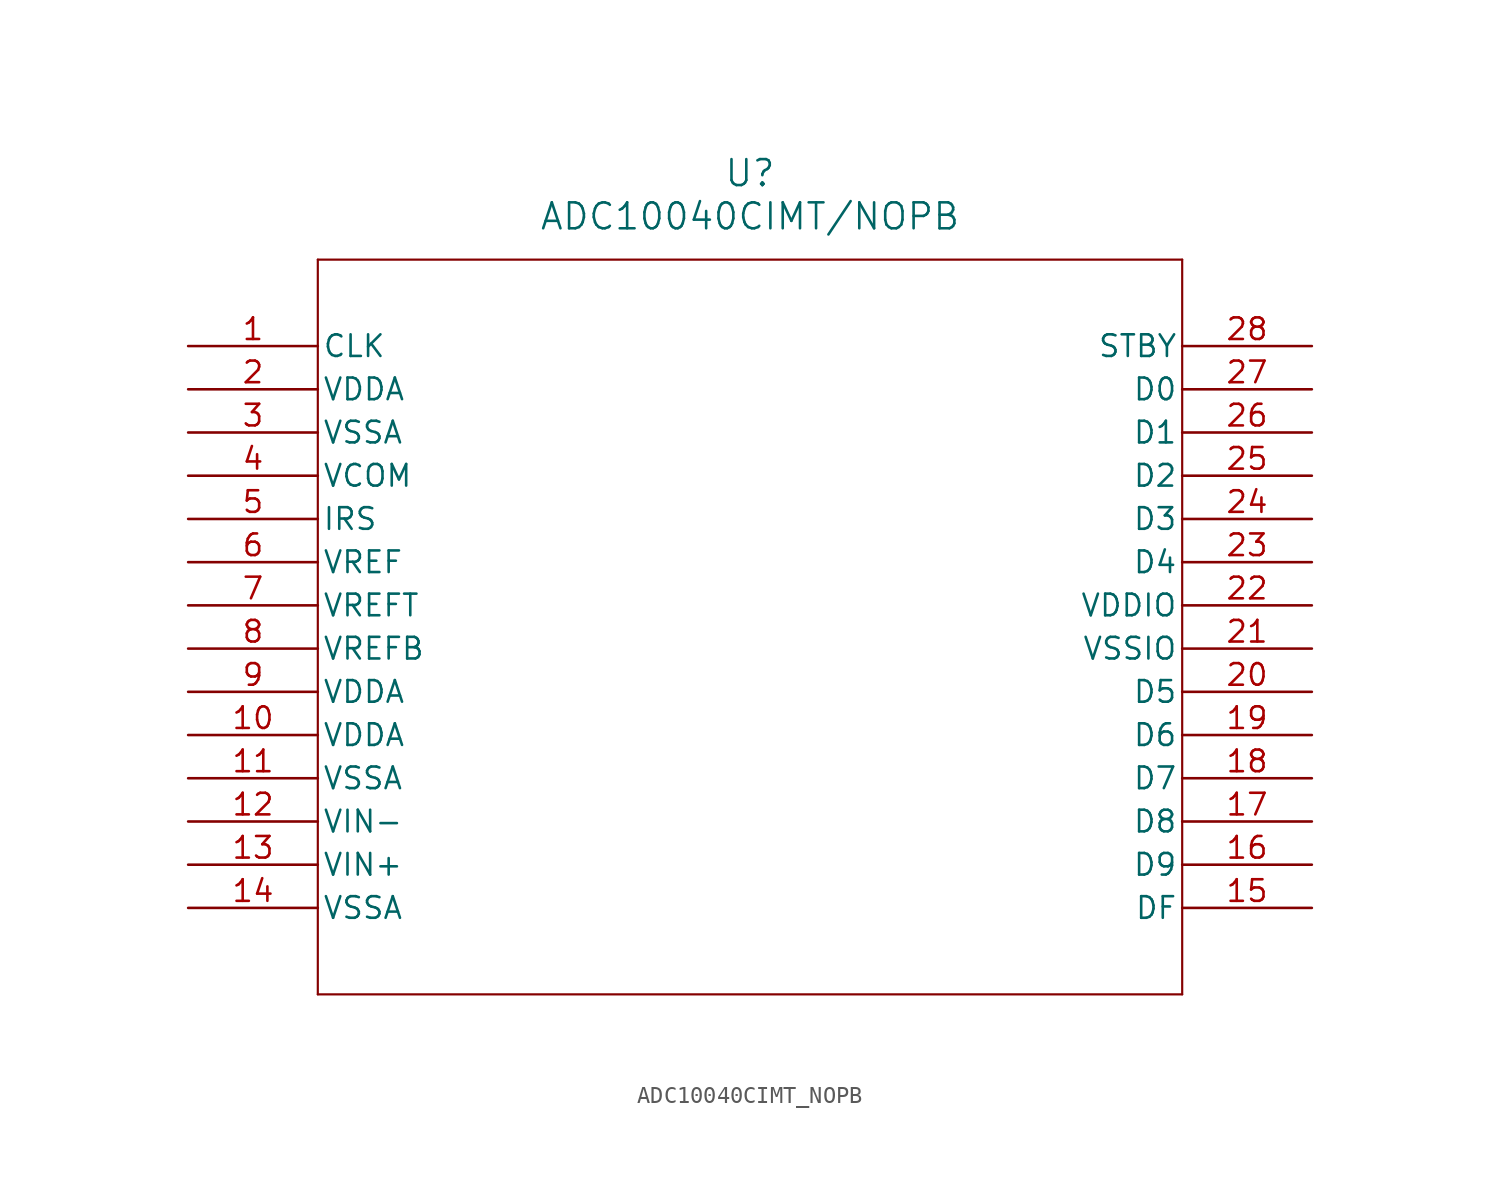
<source format=kicad_sym>
(kicad_symbol_lib
  (version 20211014)
  (generator kicad_symbol_editor)
  (symbol "ADC10040CIMT_NOPB"
    (pin_names
      (offset 0.254))
    (property "Reference" "U"
      (at 33.02 10.16 0)
      (effects (font (size 1.524 1.524))))
    (property "Value" "ADC10040CIMT/NOPB"
      (at 33.02 7.62 0)
      (effects (font (size 1.524 1.524))))
    (symbol "ADC10040CIMT_NOPB_0_1"
      (polyline (pts (xy 7.62 5.08) (xy 7.62 -38.1)) (stroke (width 0.127) (type default) (color 0 0 0 0)) (fill (type none)))
      (polyline (pts (xy 7.62 -38.1) (xy 58.42 -38.1)) (stroke (width 0.127) (type default) (color 0 0 0 0)) (fill (type none)))
      (polyline (pts (xy 58.42 -38.1) (xy 58.42 5.08)) (stroke (width 0.127) (type default) (color 0 0 0 0)) (fill (type none)))
      (polyline (pts (xy 58.42 5.08) (xy 7.62 5.08)) (stroke (width 0.127) (type default) (color 0 0 0 0)) (fill (type none)))
      (pin passive line (at 0 0 0) (length 7.62) (name "CLK" (effects (font (size 1.27 1.27)))) (number "1" (effects (font (size 1.27 1.27)))))
      (pin passive line (at 0 -2.54 0) (length 7.62) (name "VDDA" (effects (font (size 1.27 1.27)))) (number "2" (effects (font (size 1.27 1.27)))))
      (pin passive line (at 0 -5.08 0) (length 7.62) (name "VSSA" (effects (font (size 1.27 1.27)))) (number "3" (effects (font (size 1.27 1.27)))))
      (pin passive line (at 0 -7.62 0) (length 7.62) (name "VCOM" (effects (font (size 1.27 1.27)))) (number "4" (effects (font (size 1.27 1.27)))))
      (pin passive line (at 0 -10.16 0) (length 7.62) (name "IRS" (effects (font (size 1.27 1.27)))) (number "5" (effects (font (size 1.27 1.27)))))
      (pin passive line (at 0 -12.7 0) (length 7.62) (name "VREF" (effects (font (size 1.27 1.27)))) (number "6" (effects (font (size 1.27 1.27)))))
      (pin passive line (at 0 -15.24 0) (length 7.62) (name "VREFT" (effects (font (size 1.27 1.27)))) (number "7" (effects (font (size 1.27 1.27)))))
      (pin passive line (at 0 -17.78 0) (length 7.62) (name "VREFB" (effects (font (size 1.27 1.27)))) (number "8" (effects (font (size 1.27 1.27)))))
      (pin passive line (at 0 -20.32 0) (length 7.62) (name "VDDA" (effects (font (size 1.27 1.27)))) (number "9" (effects (font (size 1.27 1.27)))))
      (pin passive line (at 0 -22.86 0) (length 7.62) (name "VDDA" (effects (font (size 1.27 1.27)))) (number "10" (effects (font (size 1.27 1.27)))))
      (pin passive line (at 0 -25.4 0) (length 7.62) (name "VSSA" (effects (font (size 1.27 1.27)))) (number "11" (effects (font (size 1.27 1.27)))))
      (pin input line (at 0 -27.94 0) (length 7.62) (name "VIN-" (effects (font (size 1.27 1.27)))) (number "12" (effects (font (size 1.27 1.27)))))
      (pin input line (at 0 -30.48 0) (length 7.62) (name "VIN+" (effects (font (size 1.27 1.27)))) (number "13" (effects (font (size 1.27 1.27)))))
      (pin passive line (at 0 -33.02 0) (length 7.62) (name "VSSA" (effects (font (size 1.27 1.27)))) (number "14" (effects (font (size 1.27 1.27)))))
      (pin passive line (at 66.04 -33.02 180) (length 7.62) (name "DF" (effects (font (size 1.27 1.27)))) (number "15" (effects (font (size 1.27 1.27)))))
      (pin output line (at 66.04 -30.48 180) (length 7.62) (name "D9" (effects (font (size 1.27 1.27)))) (number "16" (effects (font (size 1.27 1.27)))))
      (pin output line (at 66.04 -27.94 180) (length 7.62) (name "D8" (effects (font (size 1.27 1.27)))) (number "17" (effects (font (size 1.27 1.27)))))
      (pin output line (at 66.04 -25.4 180) (length 7.62) (name "D7" (effects (font (size 1.27 1.27)))) (number "18" (effects (font (size 1.27 1.27)))))
      (pin output line (at 66.04 -22.86 180) (length 7.62) (name "D6" (effects (font (size 1.27 1.27)))) (number "19" (effects (font (size 1.27 1.27)))))
      (pin output line (at 66.04 -20.32 180) (length 7.62) (name "D5" (effects (font (size 1.27 1.27)))) (number "20" (effects (font (size 1.27 1.27)))))
      (pin passive line (at 66.04 -17.78 180) (length 7.62) (name "VSSIO" (effects (font (size 1.27 1.27)))) (number "21" (effects (font (size 1.27 1.27)))))
      (pin passive line (at 66.04 -15.24 180) (length 7.62) (name "VDDIO" (effects (font (size 1.27 1.27)))) (number "22" (effects (font (size 1.27 1.27)))))
      (pin output line (at 66.04 -12.7 180) (length 7.62) (name "D4" (effects (font (size 1.27 1.27)))) (number "23" (effects (font (size 1.27 1.27)))))
      (pin output line (at 66.04 -10.16 180) (length 7.62) (name "D3" (effects (font (size 1.27 1.27)))) (number "24" (effects (font (size 1.27 1.27)))))
      (pin output line (at 66.04 -7.62 180) (length 7.62) (name "D2" (effects (font (size 1.27 1.27)))) (number "25" (effects (font (size 1.27 1.27)))))
      (pin output line (at 66.04 -5.08 180) (length 7.62) (name "D1" (effects (font (size 1.27 1.27)))) (number "26" (effects (font (size 1.27 1.27)))))
      (pin output line (at 66.04 -2.54 180) (length 7.62) (name "D0" (effects (font (size 1.27 1.27)))) (number "27" (effects (font (size 1.27 1.27)))))
      (pin passive line (at 66.04 0 180) (length 7.62) (name "STBY" (effects (font (size 1.27 1.27)))) (number "28" (effects (font (size 1.27 1.27))))))))
</source>
